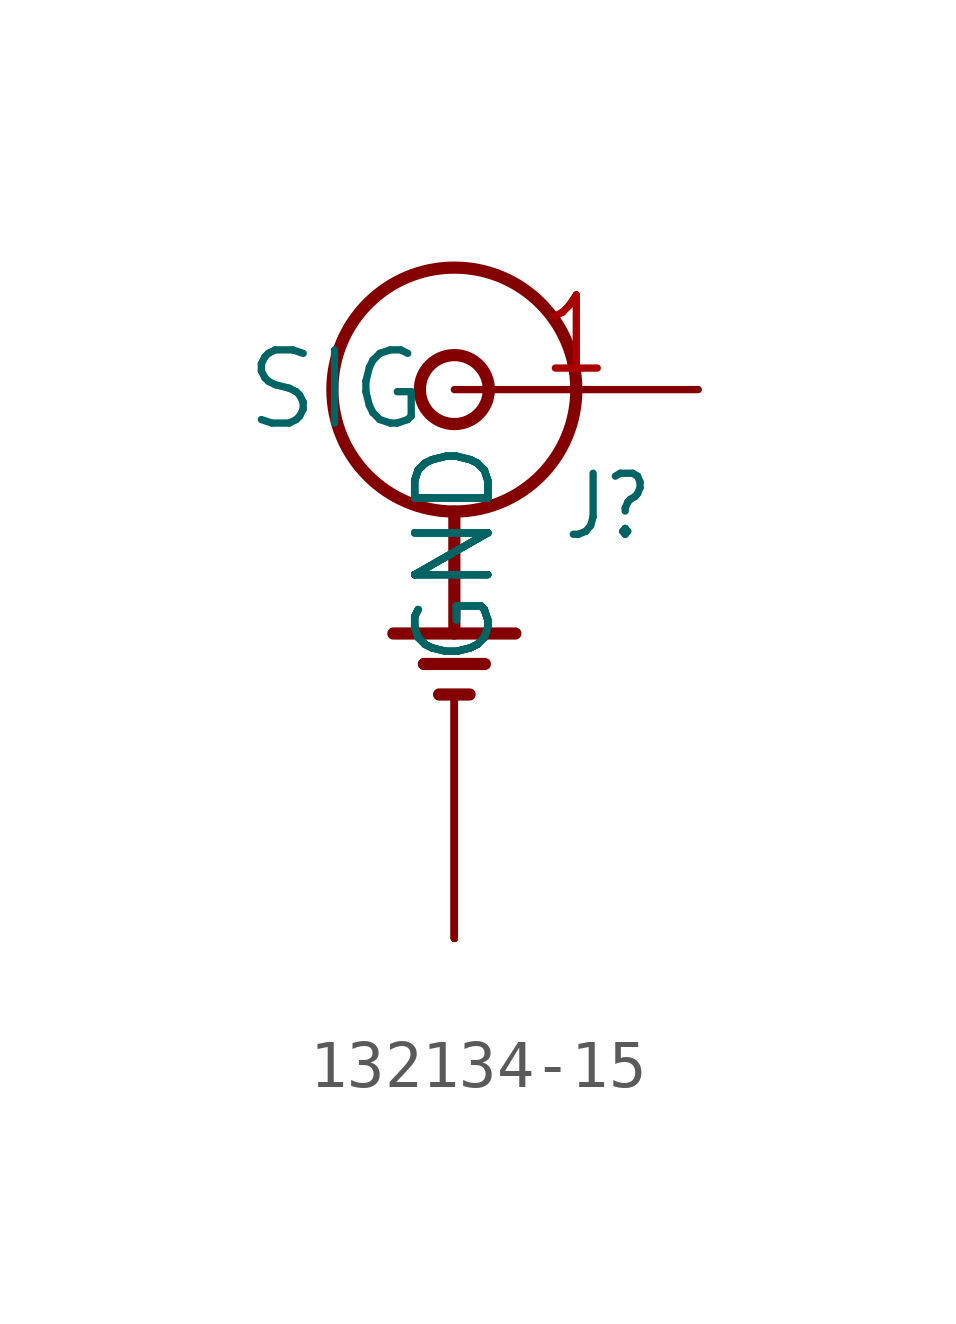
<source format=kicad_sym>
(kicad_symbol_lib
  (version 20241209)
  (generator "kicad_symbol_editor")
  (generator_version "9.0")
  (symbol "132134-15"
    (property "Reference" "J"
      (at 2.224 -3.177 0)
      (effects (font (size 1.271 1.08)) (justify left bottom)))
    (property "Value" ""
      (at 2.223 -5.081 0)
      (effects (font (size 1.27 1.08)) (justify left bottom)))
    (property "ki_locked" ""
      (at 0 0 0)
      (effects (font (size 1.27 1.27))))
    (symbol "132134-15_1_0"
      (polyline (pts (xy -1.27 -5.08) (xy 1.27 -5.08)) (stroke (width 0.254) (type solid)) (fill (type none)))
      (polyline (pts (xy -0.635 -5.715) (xy 0.635 -5.715)) (stroke (width 0.254) (type solid)) (fill (type none)))
      (polyline (pts (xy -0.318 -6.35) (xy 0.318 -6.35)) (stroke (width 0.254) (type solid)) (fill (type none)))
      (circle (center 0 0) (radius 0.718) (stroke (width 0.254) (type solid)) (fill (type none)))
      (circle (center 0 0) (radius 2.54) (stroke (width 0.254) (type solid)) (fill (type none)))
      (polyline (pts (xy 0 -2.54) (xy 0 -5.08)) (stroke (width 0.254) (type solid)) (fill (type none)))
      (pin passive line (at 0 -11.43 90) (length 5.08) (name "GND" (effects (font (size 1.524 1.524)))) (number "P1" (effects (font (size 0 0)))))
      (pin passive line (at 0 -11.43 90) (length 5.08) (name "GND" (effects (font (size 1.524 1.524)))) (number "P2" (effects (font (size 0 0)))))
      (pin passive line (at 0 -11.43 90) (length 5.08) (name "GND" (effects (font (size 1.524 1.524)))) (number "P3" (effects (font (size 0 0)))))
      (pin passive line (at 0 -11.43 90) (length 5.08) (name "GND" (effects (font (size 1.524 1.524)))) (number "P4" (effects (font (size 0 0)))))
      (pin passive line (at 5.08 0 180) (length 5.08) (name "SIG" (effects (font (size 1.524 1.524)))) (number "1" (effects (font (size 1.524 1.524))))))))
</source>
